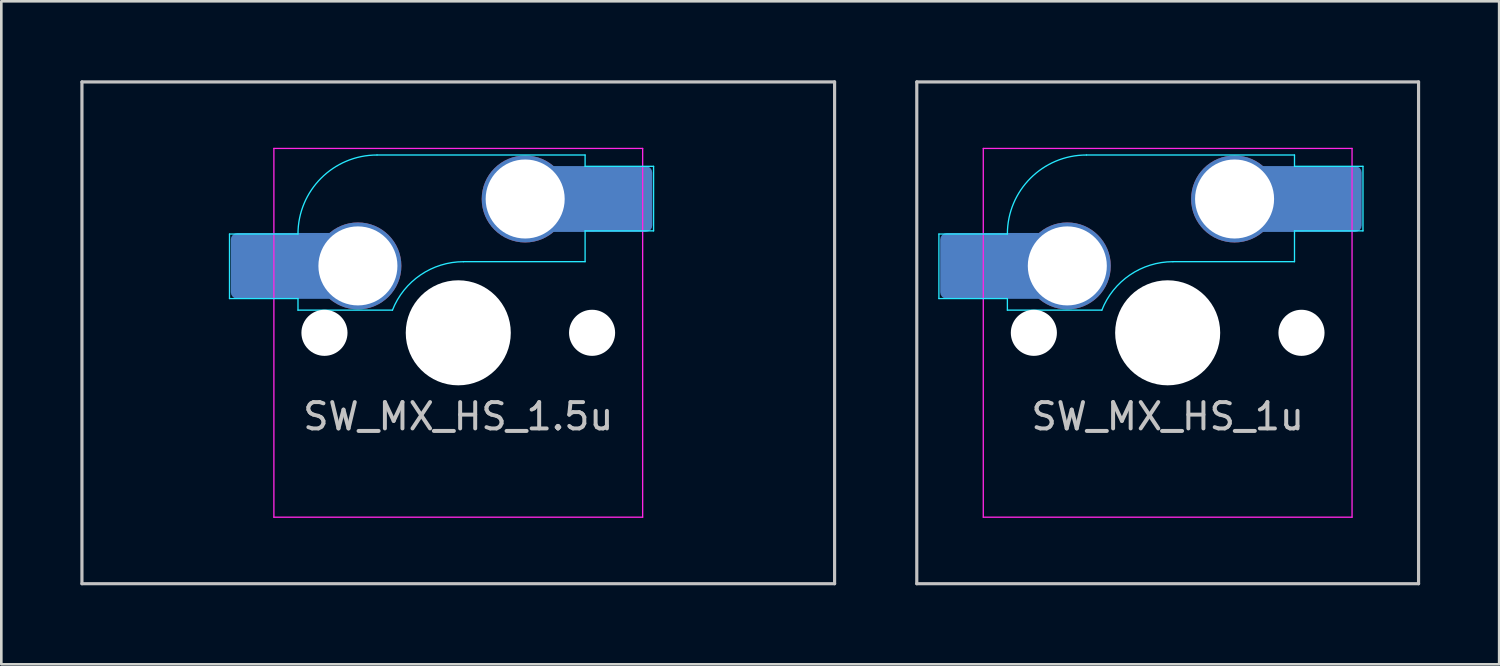
<source format=kicad_pcb>
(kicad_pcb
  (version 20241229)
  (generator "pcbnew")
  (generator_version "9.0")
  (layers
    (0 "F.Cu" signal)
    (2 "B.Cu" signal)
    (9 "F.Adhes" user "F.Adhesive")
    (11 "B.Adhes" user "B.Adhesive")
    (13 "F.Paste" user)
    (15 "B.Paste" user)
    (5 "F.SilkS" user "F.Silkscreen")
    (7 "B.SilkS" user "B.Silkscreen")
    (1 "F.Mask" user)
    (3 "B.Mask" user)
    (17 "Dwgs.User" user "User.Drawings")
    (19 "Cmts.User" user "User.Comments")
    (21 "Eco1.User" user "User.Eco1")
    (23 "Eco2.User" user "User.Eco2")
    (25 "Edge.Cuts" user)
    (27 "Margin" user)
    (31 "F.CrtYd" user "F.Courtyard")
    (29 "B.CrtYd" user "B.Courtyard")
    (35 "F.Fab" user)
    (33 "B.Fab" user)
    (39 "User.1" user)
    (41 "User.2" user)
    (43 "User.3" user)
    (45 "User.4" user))
  (footprint "SW_MX_HS_1.5u"
    (layer "F.Cu")
    (at 14.348 9.585)
    (property "Reference" "SW_MX_HS_1.5u" (at 0 3.175 0) (layer "Dwgs.User") (effects (font (size 1 1) (thickness 0.15))))
    (attr smd)
    (fp_line (start -14.287 -9.525) (end -14.287 9.525) (stroke (width 0.12) (type solid)) (layer "Dwgs.User"))
    (fp_line (start -14.287 9.525) (end 14.287 9.525) (stroke (width 0.12) (type solid)) (layer "Dwgs.User"))
    (fp_line (start 14.287 -9.525) (end -14.287 -9.525) (stroke (width 0.12) (type solid)) (layer "Dwgs.User"))
    (fp_line (start 14.287 9.525) (end 14.287 -9.525) (stroke (width 0.12) (type solid)) (layer "Dwgs.User"))
    (fp_line (start -7 6.5) (end -7 -6.5) (stroke (width 0.05) (type solid)) (layer "Eco2.User"))
    (fp_line (start -6.5 -7) (end 6.5 -7) (stroke (width 0.05) (type solid)) (layer "Eco2.User"))
    (fp_line (start 6.5 7) (end -6.5 7) (stroke (width 0.05) (type solid)) (layer "Eco2.User"))
    (fp_line (start 7 -6.5) (end 7 6.5) (stroke (width 0.05) (type solid)) (layer "Eco2.User"))
    (fp_arc (start -7 -6.5) (mid -6.853553 -6.853553) (end -6.5 -7) (stroke (width 0.05) (type solid)) (layer "Eco2.User"))
    (fp_arc (start -6.5 7) (mid -6.853553 6.853553) (end -7 6.5) (stroke (width 0.05) (type solid)) (layer "Eco2.User"))
    (fp_arc (start 6.5 -7) (mid 6.853553 -6.853553) (end 7 -6.5) (stroke (width 0.05) (type solid)) (layer "Eco2.User"))
    (fp_arc (start 6.997236 6.498884) (mid 6.850789 6.852437) (end 6.497236 6.998884) (stroke (width 0.05) (type solid)) (layer "Eco2.User"))
    (fp_line (start -8.685 -3.75) (end -8.685 -1.3) (stroke (width 0.05) (type solid)) (layer "B.CrtYd"))
    (fp_line (start -8.685 -1.3) (end -6.085 -1.3) (stroke (width 0.05) (type solid)) (layer "B.CrtYd"))
    (fp_line (start -6.085 -3.75) (end -8.685 -3.75) (stroke (width 0.05) (type solid)) (layer "B.CrtYd"))
    (fp_line (start -6.085 -1.3) (end -6.085 -0.86) (stroke (width 0.05) (type solid)) (layer "B.CrtYd"))
    (fp_line (start -6.085 -0.86) (end -2.499 -0.86) (stroke (width 0.05) (type solid)) (layer "B.CrtYd"))
    (fp_line (start -3.085 -6.75) (end 4.815 -6.75) (stroke (width 0.05) (type solid)) (layer "B.CrtYd"))
    (fp_line (start 4.815 -6.75) (end 4.815 -6.32) (stroke (width 0.05) (type solid)) (layer "B.CrtYd"))
    (fp_line (start 4.815 -3.87) (end 4.815 -2.7) (stroke (width 0.05) (type solid)) (layer "B.CrtYd"))
    (fp_line (start 4.815 -3.87) (end 7.415 -3.87) (stroke (width 0.05) (type solid)) (layer "B.CrtYd"))
    (fp_line (start 4.815 -2.7) (end 0.2 -2.7) (stroke (width 0.05) (type solid)) (layer "B.CrtYd"))
    (fp_line (start 7.415 -6.32) (end 4.815 -6.32) (stroke (width 0.05) (type solid)) (layer "B.CrtYd"))
    (fp_line (start 7.415 -3.87) (end 7.415 -6.32) (stroke (width 0.05) (type solid)) (layer "B.CrtYd"))
    (fp_arc (start -6.085 -3.75) (mid -5.20632 -5.87132) (end -3.085 -6.75) (stroke (width 0.05) (type solid)) (layer "B.CrtYd"))
    (fp_arc (start -2.500062 -0.858143) (mid -1.434226 -2.195685) (end 0.2 -2.7) (stroke (width 0.05) (type solid)) (layer "B.CrtYd"))
    (fp_line (start -7 -7) (end -7 7) (stroke (width 0.05) (type solid)) (layer "F.CrtYd"))
    (fp_line (start -7 7) (end 7 7) (stroke (width 0.05) (type solid)) (layer "F.CrtYd"))
    (fp_line (start 7 -7) (end -7 -7) (stroke (width 0.05) (type solid)) (layer "F.CrtYd"))
    (fp_line (start 7 7) (end 7 -7) (stroke (width 0.05) (type solid)) (layer "F.CrtYd"))
    (pad "" np_thru_hole circle (at -5.08 0) (size 1.75 1.75) (drill 1.75) (layers "*.Cu" "*.Mask"))
    (pad "" np_thru_hole circle (at 0 0) (size 3.988 3.988) (drill 3.988) (layers "*.Cu" "*.Mask"))
    (pad "" np_thru_hole circle (at 5.08 0) (size 1.75 1.75) (drill 1.75) (layers "*.Cu" "*.Mask"))
    (pad "1" smd roundrect (at -7.36 -2.54) (size 2.55 2.5) (layers "B.Cu" "B.Mask" "B.Paste") (roundrect_rratio 0.1))
    (pad "1" smd rect (at -5.635 -2.54 180) (size 1.65 2.5) (layers "B.Cu"))
    (pad "1" thru_hole circle (at -3.81 -2.54) (size 3.3 3.3) (drill 3) (layers "*.Cu"))
    (pad "2" thru_hole circle (at 2.54 -5.08) (size 3.3 3.3) (drill 3) (layers "*.Cu"))
    (pad "2" smd rect (at 4.34 -5.08) (size 1.65 2.5) (layers "B.Cu"))
    (pad "2" smd roundrect (at 6.09 -5.08) (size 2.55 2.5) (layers "B.Cu" "B.Mask" "B.Paste") (roundrect_rratio 0.1)))
  (footprint "SW_MX_HS_1u"
    (layer "F.Cu")
    (at 41.28 9.585)
    (property "Reference" "SW_MX_HS_1u" (at 0 3.175 0) (layer "Dwgs.User") (effects (font (size 1 1) (thickness 0.15))))
    (attr smd)
    (fp_line (start -9.525 -9.525) (end -9.525 9.525) (stroke (width 0.12) (type solid)) (layer "Dwgs.User"))
    (fp_line (start -9.525 9.525) (end 9.525 9.525) (stroke (width 0.12) (type solid)) (layer "Dwgs.User"))
    (fp_line (start 9.525 -9.525) (end -9.525 -9.525) (stroke (width 0.12) (type solid)) (layer "Dwgs.User"))
    (fp_line (start 9.525 9.525) (end 9.525 -9.525) (stroke (width 0.12) (type solid)) (layer "Dwgs.User"))
    (fp_line (start -7 6.5) (end -7 -6.5) (stroke (width 0.05) (type solid)) (layer "Eco2.User"))
    (fp_line (start -6.5 -7) (end 6.5 -7) (stroke (width 0.05) (type solid)) (layer "Eco2.User"))
    (fp_line (start 6.5 7) (end -6.5 7) (stroke (width 0.05) (type solid)) (layer "Eco2.User"))
    (fp_line (start 7 -6.5) (end 7 6.5) (stroke (width 0.05) (type solid)) (layer "Eco2.User"))
    (fp_arc (start -7 -6.5) (mid -6.853553 -6.853553) (end -6.5 -7) (stroke (width 0.05) (type solid)) (layer "Eco2.User"))
    (fp_arc (start -6.5 7) (mid -6.853553 6.853553) (end -7 6.5) (stroke (width 0.05) (type solid)) (layer "Eco2.User"))
    (fp_arc (start 6.5 -7) (mid 6.853553 -6.853553) (end 7 -6.5) (stroke (width 0.05) (type solid)) (layer "Eco2.User"))
    (fp_arc (start 6.997236 6.498884) (mid 6.850789 6.852437) (end 6.497236 6.998884) (stroke (width 0.05) (type solid)) (layer "Eco2.User"))
    (fp_line (start -8.685 -3.75) (end -8.685 -1.3) (stroke (width 0.05) (type solid)) (layer "B.CrtYd"))
    (fp_line (start -8.685 -1.3) (end -6.085 -1.3) (stroke (width 0.05) (type solid)) (layer "B.CrtYd"))
    (fp_line (start -6.085 -3.75) (end -8.685 -3.75) (stroke (width 0.05) (type solid)) (layer "B.CrtYd"))
    (fp_line (start -6.085 -1.3) (end -6.085 -0.86) (stroke (width 0.05) (type solid)) (layer "B.CrtYd"))
    (fp_line (start -6.085 -0.86) (end -2.499 -0.86) (stroke (width 0.05) (type solid)) (layer "B.CrtYd"))
    (fp_line (start -3.085 -6.75) (end 4.815 -6.75) (stroke (width 0.05) (type solid)) (layer "B.CrtYd"))
    (fp_line (start 4.815 -6.75) (end 4.815 -6.32) (stroke (width 0.05) (type solid)) (layer "B.CrtYd"))
    (fp_line (start 4.815 -3.87) (end 4.815 -2.7) (stroke (width 0.05) (type solid)) (layer "B.CrtYd"))
    (fp_line (start 4.815 -3.87) (end 7.415 -3.87) (stroke (width 0.05) (type solid)) (layer "B.CrtYd"))
    (fp_line (start 4.815 -2.7) (end 0.2 -2.7) (stroke (width 0.05) (type solid)) (layer "B.CrtYd"))
    (fp_line (start 7.415 -6.32) (end 4.815 -6.32) (stroke (width 0.05) (type solid)) (layer "B.CrtYd"))
    (fp_line (start 7.415 -3.87) (end 7.415 -6.32) (stroke (width 0.05) (type solid)) (layer "B.CrtYd"))
    (fp_arc (start -6.085 -3.75) (mid -5.20632 -5.87132) (end -3.085 -6.75) (stroke (width 0.05) (type solid)) (layer "B.CrtYd"))
    (fp_arc (start -2.500062 -0.858143) (mid -1.434226 -2.195685) (end 0.2 -2.7) (stroke (width 0.05) (type solid)) (layer "B.CrtYd"))
    (fp_line (start -7 -7) (end -7 7) (stroke (width 0.05) (type solid)) (layer "F.CrtYd"))
    (fp_line (start -7 7) (end 7 7) (stroke (width 0.05) (type solid)) (layer "F.CrtYd"))
    (fp_line (start 7 -7) (end -7 -7) (stroke (width 0.05) (type solid)) (layer "F.CrtYd"))
    (fp_line (start 7 7) (end 7 -7) (stroke (width 0.05) (type solid)) (layer "F.CrtYd"))
    (pad "" np_thru_hole circle (at -5.08 0) (size 1.75 1.75) (drill 1.75) (layers "*.Cu" "*.Mask"))
    (pad "" np_thru_hole circle (at 0 0) (size 3.988 3.988) (drill 3.988) (layers "*.Cu" "*.Mask"))
    (pad "" np_thru_hole circle (at 5.08 0) (size 1.75 1.75) (drill 1.75) (layers "*.Cu" "*.Mask"))
    (pad "1" smd roundrect (at -7.36 -2.54) (size 2.55 2.5) (layers "B.Cu" "B.Mask" "B.Paste") (roundrect_rratio 0.1))
    (pad "1" smd rect (at -5.635 -2.54 180) (size 1.65 2.5) (layers "B.Cu"))
    (pad "1" thru_hole circle (at -3.81 -2.54) (size 3.3 3.3) (drill 3) (layers "*.Cu"))
    (pad "2" thru_hole circle (at 2.54 -5.08) (size 3.3 3.3) (drill 3) (layers "*.Cu"))
    (pad "2" smd rect (at 4.34 -5.08) (size 1.65 2.5) (layers "B.Cu"))
    (pad "2" smd roundrect (at 6.09 -5.08) (size 2.55 2.5) (layers "B.Cu" "B.Mask" "B.Paste") (roundrect_rratio 0.1)))
  (gr_rect
    (start -3 -3)
    (end 53.865 22.17)
    (stroke (width 0.1) (type default))
    (fill no)
    (layer "Edge.Cuts")))
</source>
